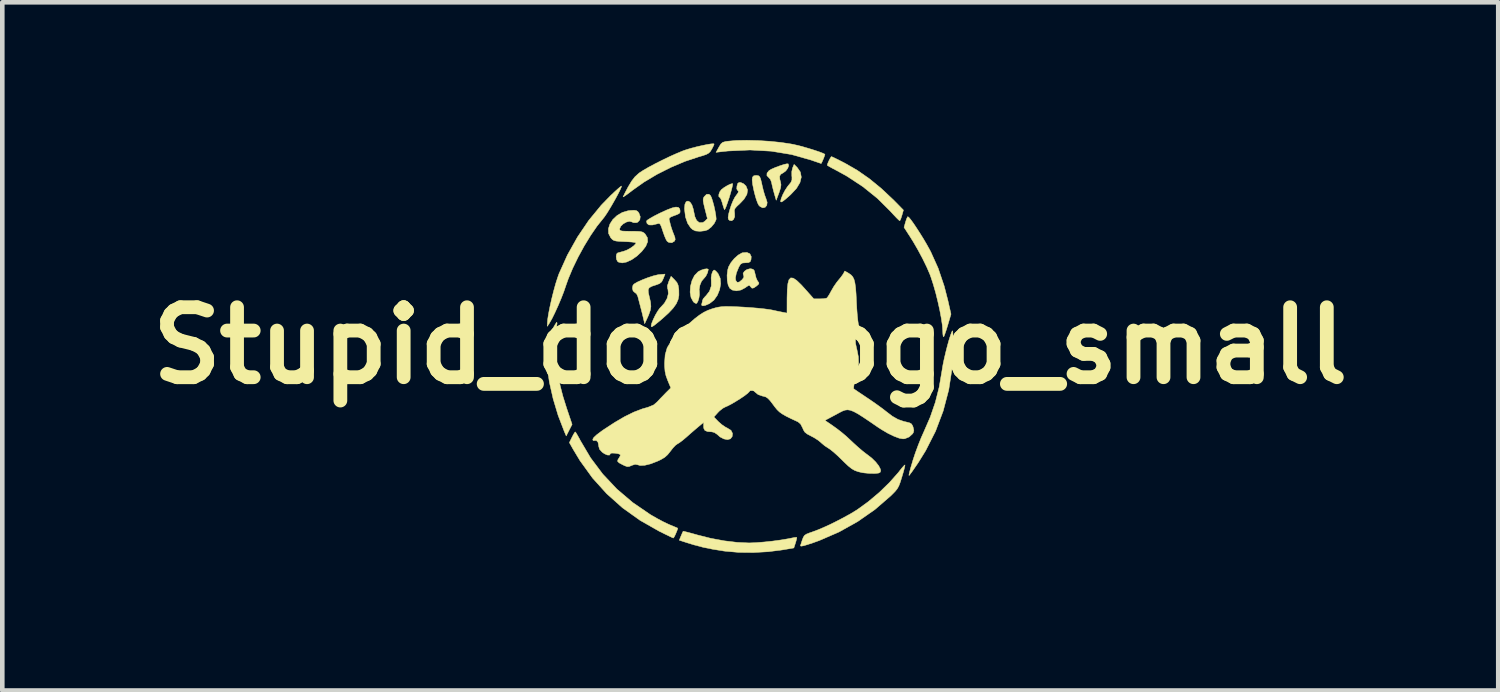
<source format=kicad_pcb>
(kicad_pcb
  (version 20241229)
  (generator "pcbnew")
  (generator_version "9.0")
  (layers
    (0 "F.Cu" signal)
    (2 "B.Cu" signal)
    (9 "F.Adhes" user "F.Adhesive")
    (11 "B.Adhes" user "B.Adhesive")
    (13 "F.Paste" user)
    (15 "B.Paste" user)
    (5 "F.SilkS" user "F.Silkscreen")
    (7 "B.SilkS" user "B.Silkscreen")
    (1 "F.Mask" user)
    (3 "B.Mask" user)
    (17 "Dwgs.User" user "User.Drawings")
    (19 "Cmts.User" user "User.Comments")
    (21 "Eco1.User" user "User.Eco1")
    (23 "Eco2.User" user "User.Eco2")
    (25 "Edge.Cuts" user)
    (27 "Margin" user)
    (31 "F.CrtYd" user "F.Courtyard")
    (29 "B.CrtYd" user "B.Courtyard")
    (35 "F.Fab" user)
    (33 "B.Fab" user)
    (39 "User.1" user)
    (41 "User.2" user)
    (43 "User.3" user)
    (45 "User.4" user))
  (footprint "Stupid_dog_logo_small"
    (layer "F.Cu")
    (at 13.288 4.475)
    (property "Reference" "Stupid_dog_logo_small" (at 0 0 0) (layer "F.SilkS") (effects (font (size 1.524 1.524) (thickness 0.3))))
    (attr through_hole)
    (fp_poly (pts (xy 0.15 -3.703) (xy 0.183 -3.696) (xy 0.206 -3.674) (xy 0.225 -3.63) (xy 0.245 -3.551) (xy 0.258 -3.489) (xy 0.284 -3.38) (xy 0.313 -3.28) (xy 0.339 -3.208) (xy 0.343 -3.199) (xy 0.368 -3.118) (xy 0.359 -3.053) (xy 0.324 -3.011) (xy 0.273 -2.999) (xy 0.214 -3.027) (xy 0.184 -3.058) (xy 0.159 -3.108) (xy 0.128 -3.194) (xy 0.097 -3.303) (xy 0.079 -3.377) (xy 0.051 -3.514) (xy 0.041 -3.609) (xy 0.049 -3.668) (xy 0.078 -3.698) (xy 0.127 -3.705) (xy 0.15 -3.703)) (stroke (width 0.01) (type solid)) (fill yes) (layer "F.SilkS"))
    (fp_poly (pts (xy 1.022 -3.878) (xy 1.091 -3.778) (xy 1.111 -3.668) (xy 1.082 -3.549) (xy 1.005 -3.421) (xy 0.879 -3.287) (xy 0.867 -3.276) (xy 0.774 -3.194) (xy 0.712 -3.145) (xy 0.676 -3.126) (xy 0.661 -3.134) (xy 0.66 -3.142) (xy 0.674 -3.203) (xy 0.709 -3.288) (xy 0.757 -3.379) (xy 0.81 -3.46) (xy 0.833 -3.489) (xy 0.885 -3.553) (xy 0.907 -3.605) (xy 0.908 -3.665) (xy 0.905 -3.692) (xy 0.904 -3.788) (xy 0.922 -3.87) (xy 0.923 -3.871) (xy 0.954 -3.945) (xy 1.022 -3.878)) (stroke (width 0.01) (type solid)) (fill yes) (layer "F.SilkS"))
    (fp_poly (pts (xy -0.384 -3.526) (xy -0.384 -3.5) (xy -0.398 -3.436) (xy -0.423 -3.342) (xy -0.456 -3.23) (xy -0.457 -3.227) (xy -0.494 -3.117) (xy -0.525 -3.03) (xy -0.549 -2.975) (xy -0.562 -2.96) (xy -0.563 -2.96) (xy -0.577 -2.998) (xy -0.598 -3.065) (xy -0.609 -3.105) (xy -0.632 -3.175) (xy -0.654 -3.218) (xy -0.664 -3.226) (xy -0.685 -3.245) (xy -0.684 -3.291) (xy -0.665 -3.346) (xy -0.63 -3.394) (xy -0.629 -3.396) (xy -0.57 -3.441) (xy -0.501 -3.483) (xy -0.435 -3.515) (xy -0.391 -3.527) (xy -0.384 -3.526)) (stroke (width 0.01) (type solid)) (fill yes) (layer "F.SilkS"))
    (fp_poly (pts (xy -0.915 -1.661) (xy -0.914 -1.656) (xy -0.93 -1.587) (xy -0.967 -1.512) (xy -1.012 -1.458) (xy -1.015 -1.456) (xy -1.062 -1.399) (xy -1.097 -1.313) (xy -1.113 -1.222) (xy -1.109 -1.173) (xy -1.107 -1.108) (xy -1.118 -1.034) (xy -1.139 -0.966) (xy -1.164 -0.923) (xy -1.179 -0.915) (xy -1.217 -0.933) (xy -1.241 -0.955) (xy -1.29 -1.046) (xy -1.31 -1.162) (xy -1.302 -1.29) (xy -1.269 -1.416) (xy -1.214 -1.526) (xy -1.138 -1.605) (xy -1.132 -1.61) (xy -1.067 -1.643) (xy -0.999 -1.665) (xy -0.943 -1.672) (xy -0.915 -1.661)) (stroke (width 0.01) (type solid)) (fill yes) (layer "F.SilkS"))
    (fp_poly (pts (xy -0.747 -1.619) (xy -0.704 -1.57) (xy -0.7 -1.565) (xy -0.655 -1.465) (xy -0.645 -1.345) (xy -0.667 -1.218) (xy -0.717 -1.095) (xy -0.791 -0.99) (xy -0.886 -0.916) (xy -0.891 -0.913) (xy -0.979 -0.875) (xy -1.037 -0.865) (xy -1.061 -0.882) (xy -1.057 -0.904) (xy -1.043 -0.961) (xy -1.041 -0.98) (xy -1.024 -1.019) (xy -0.98 -1.07) (xy -0.966 -1.083) (xy -0.888 -1.182) (xy -0.848 -1.299) (xy -0.849 -1.407) (xy -0.852 -1.476) (xy -0.841 -1.549) (xy -0.82 -1.61) (xy -0.793 -1.643) (xy -0.78 -1.644) (xy -0.747 -1.619)) (stroke (width 0.01) (type solid)) (fill yes) (layer "F.SilkS"))
    (fp_poly (pts (xy 0.827 -3.956) (xy 0.836 -3.916) (xy 0.815 -3.859) (xy 0.773 -3.803) (xy 0.718 -3.762) (xy 0.716 -3.761) (xy 0.662 -3.729) (xy 0.639 -3.687) (xy 0.643 -3.622) (xy 0.659 -3.561) (xy 0.669 -3.501) (xy 0.66 -3.433) (xy 0.631 -3.341) (xy 0.624 -3.322) (xy 0.565 -3.165) (xy 0.521 -3.316) (xy 0.495 -3.413) (xy 0.473 -3.504) (xy 0.464 -3.551) (xy 0.44 -3.616) (xy 0.403 -3.66) (xy 0.401 -3.66) (xy 0.362 -3.702) (xy 0.365 -3.755) (xy 0.408 -3.809) (xy 0.457 -3.839) (xy 0.55 -3.88) (xy 0.646 -3.915) (xy 0.732 -3.943) (xy 0.797 -3.958) (xy 0.827 -3.956)) (stroke (width 0.01) (type solid)) (fill yes) (layer "F.SilkS"))
    (fp_poly (pts (xy -1.645 -1.428) (xy -1.597 -1.373) (xy -1.571 -1.314) (xy -1.557 -1.231) (xy -1.555 -1.197) (xy -1.554 -1.094) (xy -1.572 -1.001) (xy -1.612 -0.91) (xy -1.679 -0.816) (xy -1.777 -0.711) (xy -1.91 -0.59) (xy -2.015 -0.502) (xy -2.09 -0.442) (xy -2.134 -0.413) (xy -2.155 -0.411) (xy -2.159 -0.427) (xy -2.146 -0.485) (xy -2.112 -0.569) (xy -2.067 -0.662) (xy -2.016 -0.749) (xy -1.97 -0.814) (xy -1.953 -0.831) (xy -1.869 -0.923) (xy -1.811 -1.026) (xy -1.784 -1.13) (xy -1.792 -1.221) (xy -1.8 -1.24) (xy -1.805 -1.3) (xy -1.774 -1.395) (xy -1.774 -1.395) (xy -1.725 -1.508) (xy -1.645 -1.428)) (stroke (width 0.01) (type solid)) (fill yes) (layer "F.SilkS"))
    (fp_poly (pts (xy 1.795 -4.104) (xy 1.858 -4.074) (xy 1.948 -4.029) (xy 2.055 -3.974) (xy 2.058 -3.973) (xy 2.329 -3.817) (xy 2.592 -3.634) (xy 2.855 -3.419) (xy 3.126 -3.164) (xy 3.223 -3.065) (xy 3.335 -2.95) (xy 3.302 -2.834) (xy 3.28 -2.766) (xy 3.261 -2.724) (xy 3.253 -2.718) (xy 3.231 -2.736) (xy 3.182 -2.784) (xy 3.115 -2.855) (xy 3.047 -2.929) (xy 2.77 -3.204) (xy 2.454 -3.459) (xy 2.107 -3.687) (xy 1.886 -3.809) (xy 1.795 -3.857) (xy 1.724 -3.896) (xy 1.683 -3.922) (xy 1.676 -3.927) (xy 1.686 -3.964) (xy 1.71 -4.019) (xy 1.738 -4.074) (xy 1.761 -4.11) (xy 1.767 -4.115) (xy 1.795 -4.104)) (stroke (width 0.01) (type solid)) (fill yes) (layer "F.SilkS"))
    (fp_poly (pts (xy -4.207 -0.486) (xy -4.214 -0.432) (xy -4.218 -0.413) (xy -4.231 -0.321) (xy -4.239 -0.193) (xy -4.24 -0.039) (xy -4.236 0.127) (xy -4.226 0.291) (xy -4.216 0.394) (xy -4.182 0.647) (xy -4.139 0.877) (xy -4.08 1.105) (xy -4.002 1.354) (xy -3.996 1.373) (xy -3.88 1.717) (xy -3.944 1.842) (xy -4.008 1.968) (xy -4.051 1.867) (xy -4.184 1.521) (xy -4.292 1.162) (xy -4.374 0.801) (xy -4.425 0.452) (xy -4.444 0.127) (xy -4.445 0.116) (xy -4.443 0.016) (xy -4.435 -0.06) (xy -4.415 -0.131) (xy -4.378 -0.214) (xy -4.337 -0.296) (xy -4.289 -0.388) (xy -4.248 -0.46) (xy -4.22 -0.501) (xy -4.213 -0.508) (xy -4.207 -0.486)) (stroke (width 0.01) (type solid)) (fill yes) (layer "F.SilkS"))
    (fp_poly (pts (xy -0.209 -3.551) (xy -0.149 -3.526) (xy -0.094 -3.475) (xy -0.093 -3.474) (xy -0.059 -3.389) (xy -0.073 -3.293) (xy -0.136 -3.188) (xy -0.23 -3.089) (xy -0.298 -3.026) (xy -0.335 -2.981) (xy -0.347 -2.942) (xy -0.343 -2.894) (xy -0.341 -2.884) (xy -0.34 -2.805) (xy -0.364 -2.747) (xy -0.403 -2.718) (xy -0.45 -2.725) (xy -0.476 -2.75) (xy -0.482 -2.79) (xy -0.471 -2.864) (xy -0.446 -2.958) (xy -0.413 -3.059) (xy -0.374 -3.154) (xy -0.335 -3.23) (xy -0.314 -3.259) (xy -0.267 -3.324) (xy -0.257 -3.363) (xy -0.28 -3.383) (xy -0.294 -3.412) (xy -0.29 -3.473) (xy -0.289 -3.475) (xy -0.272 -3.532) (xy -0.242 -3.552) (xy -0.209 -3.551)) (stroke (width 0.01) (type solid)) (fill yes) (layer "F.SilkS"))
    (fp_poly (pts (xy 0.172 -4.464) (xy 0.426 -4.448) (xy 0.67 -4.423) (xy 0.892 -4.389) (xy 1.043 -4.357) (xy 1.164 -4.324) (xy 1.287 -4.288) (xy 1.405 -4.251) (xy 1.506 -4.217) (xy 1.581 -4.188) (xy 1.622 -4.168) (xy 1.626 -4.163) (xy 1.617 -4.132) (xy 1.597 -4.078) (xy 1.572 -4.02) (xy 1.552 -3.976) (xy 1.543 -3.964) (xy 1.518 -3.973) (xy 1.456 -3.994) (xy 1.368 -4.024) (xy 1.324 -4.04) (xy 0.899 -4.16) (xy 0.456 -4.233) (xy -0.005 -4.259) (xy -0.484 -4.237) (xy -0.607 -4.224) (xy -0.745 -4.208) (xy -0.683 -4.32) (xy -0.641 -4.389) (xy -0.6 -4.425) (xy -0.538 -4.443) (xy -0.495 -4.449) (xy -0.302 -4.466) (xy -0.075 -4.47) (xy 0.172 -4.464)) (stroke (width 0.01) (type solid)) (fill yes) (layer "F.SilkS"))
    (fp_poly (pts (xy -1.895 -1.456) (xy -1.929 -1.388) (xy -1.977 -1.349) (xy -2.045 -1.323) (xy -2.144 -1.291) (xy -2.201 -1.259) (xy -2.223 -1.215) (xy -2.218 -1.146) (xy -2.2 -1.069) (xy -2.172 -0.947) (xy -2.164 -0.852) (xy -2.177 -0.767) (xy -2.211 -0.671) (xy -2.231 -0.625) (xy -2.3 -0.476) (xy -2.329 -0.6) (xy -2.353 -0.701) (xy -2.382 -0.814) (xy -2.395 -0.864) (xy -2.419 -0.955) (xy -2.44 -1.036) (xy -2.449 -1.071) (xy -2.477 -1.128) (xy -2.515 -1.156) (xy -2.552 -1.19) (xy -2.566 -1.249) (xy -2.556 -1.308) (xy -2.534 -1.338) (xy -2.46 -1.382) (xy -2.354 -1.43) (xy -2.234 -1.477) (xy -2.116 -1.516) (xy -2.019 -1.54) (xy -1.989 -1.545) (xy -1.856 -1.556) (xy -1.895 -1.456)) (stroke (width 0.01) (type solid)) (fill yes) (layer "F.SilkS"))
    (fp_poly (pts (xy -1.436 4.048) (xy -1.372 4.064) (xy -1.277 4.089) (xy -1.163 4.121) (xy -1.153 4.124) (xy -0.863 4.197) (xy -0.568 4.252) (xy -0.284 4.286) (xy -0.027 4.298) (xy -0.023 4.298) (xy 0.123 4.292) (xy 0.3 4.278) (xy 0.489 4.258) (xy 0.672 4.233) (xy 0.832 4.206) (xy 0.901 4.192) (xy 0.966 4.179) (xy 1.007 4.177) (xy 1.012 4.178) (xy 1.01 4.206) (xy 0.995 4.264) (xy 0.985 4.297) (xy 0.949 4.407) (xy 0.697 4.45) (xy 0.391 4.489) (xy 0.069 4.507) (xy -0.249 4.504) (xy -0.544 4.478) (xy -0.584 4.473) (xy -0.822 4.434) (xy -1.029 4.392) (xy -1.226 4.34) (xy -1.389 4.29) (xy -1.546 4.239) (xy -1.507 4.145) (xy -1.481 4.084) (xy -1.464 4.048) (xy -1.462 4.044) (xy -1.436 4.048)) (stroke (width 0.01) (type solid)) (fill yes) (layer "F.SilkS"))
    (fp_poly (pts (xy 4.409 -0.304) (xy 4.414 -0.245) (xy 4.418 -0.152) (xy 4.419 -0.034) (xy 4.42 0.004) (xy 4.395 0.491) (xy 4.322 0.965) (xy 4.201 1.424) (xy 4.034 1.866) (xy 3.819 2.289) (xy 3.658 2.549) (xy 3.588 2.651) (xy 3.528 2.738) (xy 3.482 2.8) (xy 3.458 2.83) (xy 3.457 2.831) (xy 3.456 2.813) (xy 3.469 2.755) (xy 3.493 2.664) (xy 3.527 2.55) (xy 3.543 2.495) (xy 3.595 2.338) (xy 3.657 2.17) (xy 3.721 2.01) (xy 3.779 1.88) (xy 3.92 1.556) (xy 4.03 1.236) (xy 4.114 0.904) (xy 4.176 0.541) (xy 4.177 0.533) (xy 4.196 0.42) (xy 4.223 0.289) (xy 4.256 0.149) (xy 4.291 0.011) (xy 4.326 -0.115) (xy 4.359 -0.22) (xy 4.386 -0.293) (xy 4.402 -0.322) (xy 4.409 -0.304)) (stroke (width 0.01) (type solid)) (fill yes) (layer "F.SilkS"))
    (fp_poly (pts (xy 3.452 -2.793) (xy 3.495 -2.742) (xy 3.553 -2.662) (xy 3.622 -2.559) (xy 3.697 -2.443) (xy 3.774 -2.319) (xy 3.846 -2.196) (xy 3.91 -2.08) (xy 3.932 -2.038) (xy 4.091 -1.685) (xy 4.223 -1.295) (xy 4.304 -0.98) (xy 4.371 -0.684) (xy 4.302 -0.45) (xy 4.27 -0.346) (xy 4.241 -0.261) (xy 4.22 -0.205) (xy 4.212 -0.192) (xy 4.201 -0.202) (xy 4.194 -0.251) (xy 4.191 -0.323) (xy 4.183 -0.437) (xy 4.161 -0.588) (xy 4.128 -0.764) (xy 4.086 -0.954) (xy 4.039 -1.145) (xy 3.987 -1.327) (xy 3.935 -1.487) (xy 3.911 -1.553) (xy 3.843 -1.71) (xy 3.754 -1.892) (xy 3.653 -2.081) (xy 3.549 -2.261) (xy 3.487 -2.36) (xy 3.349 -2.574) (xy 3.38 -2.685) (xy 3.402 -2.754) (xy 3.423 -2.799) (xy 3.43 -2.807) (xy 3.452 -2.793)) (stroke (width 0.01) (type solid)) (fill yes) (layer "F.SilkS"))
    (fp_poly (pts (xy -3.794 1.901) (xy -3.761 1.957) (xy -3.717 2.036) (xy -3.703 2.064) (xy -3.478 2.445) (xy -3.212 2.799) (xy -2.905 3.125) (xy -2.559 3.419) (xy -2.176 3.681) (xy -2.142 3.701) (xy -2.025 3.768) (xy -1.901 3.834) (xy -1.79 3.887) (xy -1.754 3.903) (xy -1.672 3.937) (xy -1.61 3.963) (xy -1.582 3.975) (xy -1.581 3.975) (xy -1.584 3.999) (xy -1.603 4.05) (xy -1.629 4.111) (xy -1.655 4.164) (xy -1.673 4.19) (xy -1.674 4.191) (xy -1.702 4.18) (xy -1.765 4.15) (xy -1.856 4.106) (xy -1.965 4.052) (xy -1.982 4.044) (xy -2.4 3.806) (xy -2.781 3.534) (xy -3.125 3.227) (xy -3.434 2.885) (xy -3.708 2.506) (xy -3.858 2.257) (xy -3.939 2.113) (xy -3.882 1.997) (xy -3.847 1.93) (xy -3.82 1.888) (xy -3.811 1.88) (xy -3.794 1.901)) (stroke (width 0.01) (type solid)) (fill yes) (layer "F.SilkS"))
    (fp_poly (pts (xy -0.787 -4.389) (xy -0.799 -4.355) (xy -0.829 -4.295) (xy -0.843 -4.27) (xy -0.872 -4.224) (xy -0.906 -4.191) (xy -0.954 -4.164) (xy -1.03 -4.137) (xy -1.136 -4.106) (xy -1.427 -4.009) (xy -1.731 -3.88) (xy -2.034 -3.727) (xy -2.317 -3.558) (xy -2.558 -3.387) (xy -2.644 -3.321) (xy -2.713 -3.271) (xy -2.757 -3.242) (xy -2.769 -3.238) (xy -2.757 -3.265) (xy -2.727 -3.326) (xy -2.683 -3.41) (xy -2.658 -3.457) (xy -2.583 -3.582) (xy -2.511 -3.675) (xy -2.428 -3.75) (xy -2.413 -3.762) (xy -2.33 -3.816) (xy -2.211 -3.885) (xy -2.068 -3.961) (xy -1.911 -4.04) (xy -1.751 -4.117) (xy -1.601 -4.184) (xy -1.471 -4.238) (xy -1.397 -4.264) (xy -1.287 -4.297) (xy -1.169 -4.328) (xy -1.051 -4.355) (xy -0.944 -4.377) (xy -0.858 -4.391) (xy -0.803 -4.395) (xy -0.787 -4.389)) (stroke (width 0.01) (type solid)) (fill yes) (layer "F.SilkS"))
    (fp_poly (pts (xy -2.805 -3.474) (xy -2.81 -3.446) (xy -2.837 -3.385) (xy -2.881 -3.298) (xy -2.936 -3.196) (xy -2.998 -3.087) (xy -3.061 -2.98) (xy -3.12 -2.884) (xy -3.171 -2.809) (xy -3.202 -2.769) (xy -3.337 -2.601) (xy -3.477 -2.397) (xy -3.617 -2.168) (xy -3.749 -1.926) (xy -3.867 -1.683) (xy -3.964 -1.451) (xy -4.016 -1.304) (xy -4.061 -1.172) (xy -4.12 -1.021) (xy -4.186 -0.865) (xy -4.254 -0.716) (xy -4.317 -0.588) (xy -4.371 -0.493) (xy -4.375 -0.486) (xy -4.419 -0.419) (xy -4.419 -0.48) (xy -4.412 -0.57) (xy -4.392 -0.696) (xy -4.362 -0.848) (xy -4.325 -1.014) (xy -4.283 -1.182) (xy -4.239 -1.342) (xy -4.195 -1.48) (xy -4.166 -1.562) (xy -3.982 -1.971) (xy -3.763 -2.362) (xy -3.516 -2.727) (xy -3.244 -3.058) (xy -3.043 -3.264) (xy -2.956 -3.346) (xy -2.882 -3.413) (xy -2.829 -3.458) (xy -2.805 -3.474) (xy -2.805 -3.474)) (stroke (width 0.01) (type solid)) (fill yes) (layer "F.SilkS"))
    (fp_poly (pts (xy -1.566 -3.009) (xy -1.537 -2.978) (xy -1.529 -2.943) (xy -1.529 -2.902) (xy -1.55 -2.874) (xy -1.603 -2.849) (xy -1.651 -2.832) (xy -1.728 -2.802) (xy -1.764 -2.775) (xy -1.767 -2.747) (xy -1.753 -2.692) (xy -1.738 -2.629) (xy -1.717 -2.559) (xy -1.686 -2.471) (xy -1.67 -2.432) (xy -1.641 -2.355) (xy -1.635 -2.307) (xy -1.651 -2.274) (xy -1.651 -2.273) (xy -1.708 -2.239) (xy -1.774 -2.246) (xy -1.81 -2.271) (xy -1.835 -2.312) (xy -1.867 -2.386) (xy -1.9 -2.479) (xy -1.903 -2.489) (xy -1.934 -2.582) (xy -1.957 -2.635) (xy -1.979 -2.657) (xy -2.006 -2.657) (xy -2.015 -2.654) (xy -2.13 -2.626) (xy -2.206 -2.627) (xy -2.248 -2.658) (xy -2.26 -2.711) (xy -2.239 -2.733) (xy -2.18 -2.771) (xy -2.092 -2.821) (xy -1.984 -2.876) (xy -1.968 -2.884) (xy -1.815 -2.954) (xy -1.7 -2.998) (xy -1.619 -3.016) (xy -1.566 -3.009)) (stroke (width 0.01) (type solid)) (fill yes) (layer "F.SilkS"))
    (fp_poly (pts (xy -0.868 -3.269) (xy -0.844 -3.222) (xy -0.818 -3.14) (xy -0.79 -3.038) (xy -0.767 -2.931) (xy -0.75 -2.834) (xy -0.743 -2.763) (xy -0.745 -2.74) (xy -0.783 -2.662) (xy -0.848 -2.583) (xy -0.924 -2.523) (xy -0.932 -2.519) (xy -0.991 -2.5) (xy -1.074 -2.49) (xy -1.105 -2.489) (xy -1.191 -2.496) (xy -1.253 -2.525) (xy -1.295 -2.561) (xy -1.364 -2.663) (xy -1.411 -2.801) (xy -1.431 -2.968) (xy -1.432 -2.981) (xy -1.423 -3.078) (xy -1.396 -3.133) (xy -1.356 -3.147) (xy -1.312 -3.124) (xy -1.271 -3.064) (xy -1.24 -2.969) (xy -1.233 -2.931) (xy -1.206 -2.806) (xy -1.169 -2.726) (xy -1.118 -2.683) (xy -1.098 -2.676) (xy -1.03 -2.68) (xy -0.985 -2.712) (xy -0.933 -2.764) (xy -0.987 -2.975) (xy -1.012 -3.079) (xy -1.025 -3.148) (xy -1.025 -3.192) (xy -1.013 -3.227) (xy -1.002 -3.243) (xy -0.952 -3.293) (xy -0.9 -3.295) (xy -0.868 -3.269)) (stroke (width 0.01) (type solid)) (fill yes) (layer "F.SilkS"))
    (fp_poly (pts (xy 3.369 2.599) (xy 3.366 2.625) (xy 3.351 2.69) (xy 3.325 2.782) (xy 3.302 2.86) (xy 3.266 2.976) (xy 3.235 3.057) (xy 3.199 3.121) (xy 3.151 3.18) (xy 3.081 3.251) (xy 3.054 3.277) (xy 2.714 3.571) (xy 2.338 3.833) (xy 1.933 4.059) (xy 1.507 4.244) (xy 1.38 4.29) (xy 1.25 4.333) (xy 1.163 4.359) (xy 1.112 4.368) (xy 1.093 4.363) (xy 1.092 4.361) (xy 1.1 4.334) (xy 1.119 4.275) (xy 1.132 4.235) (xy 1.156 4.173) (xy 1.183 4.133) (xy 1.227 4.104) (xy 1.3 4.076) (xy 1.342 4.062) (xy 1.479 4.011) (xy 1.646 3.939) (xy 1.827 3.853) (xy 2.009 3.759) (xy 2.179 3.666) (xy 2.322 3.579) (xy 2.331 3.573) (xy 2.571 3.399) (xy 2.81 3.198) (xy 3.031 2.983) (xy 3.222 2.768) (xy 3.257 2.723) (xy 3.31 2.657) (xy 3.35 2.613) (xy 3.369 2.599) (xy 3.369 2.599)) (stroke (width 0.01) (type solid)) (fill yes) (layer "F.SilkS"))
    (fp_poly (pts (xy -0.009 -1.999) (xy 0.021 -1.938) (xy 0.016 -1.871) (xy -0.002 -1.827) (xy -0.037 -1.807) (xy -0.102 -1.803) (xy -0.169 -1.798) (xy -0.21 -1.774) (xy -0.245 -1.717) (xy -0.25 -1.708) (xy -0.303 -1.579) (xy -0.323 -1.474) (xy -0.317 -1.42) (xy -0.287 -1.378) (xy -0.24 -1.383) (xy -0.178 -1.434) (xy -0.141 -1.484) (xy -0.14 -1.52) (xy -0.148 -1.532) (xy -0.156 -1.573) (xy -0.127 -1.617) (xy -0.075 -1.654) (xy -0.011 -1.672) (xy 0.016 -1.672) (xy 0.062 -1.66) (xy 0.088 -1.63) (xy 0.104 -1.565) (xy 0.107 -1.552) (xy 0.127 -1.473) (xy 0.156 -1.409) (xy 0.166 -1.396) (xy 0.189 -1.363) (xy 0.18 -1.336) (xy 0.138 -1.298) (xy 0.077 -1.256) (xy 0.039 -1.249) (xy 0.011 -1.276) (xy 0.004 -1.286) (xy -0.015 -1.309) (xy -0.042 -1.306) (xy -0.092 -1.273) (xy -0.107 -1.261) (xy -0.203 -1.21) (xy -0.302 -1.192) (xy -0.392 -1.209) (xy -0.445 -1.246) (xy -0.481 -1.315) (xy -0.501 -1.416) (xy -0.505 -1.533) (xy -0.491 -1.648) (xy -0.472 -1.714) (xy -0.421 -1.805) (xy -0.347 -1.896) (xy -0.262 -1.971) (xy -0.181 -2.017) (xy -0.168 -2.021) (xy -0.074 -2.028) (xy -0.009 -1.999)) (stroke (width 0.01) (type solid)) (fill yes) (layer "F.SilkS"))
    (fp_poly (pts (xy -2.481 -2.939) (xy -2.449 -2.918) (xy -2.425 -2.886) (xy -2.396 -2.808) (xy -2.405 -2.738) (xy -2.449 -2.688) (xy -2.477 -2.677) (xy -2.541 -2.676) (xy -2.577 -2.692) (xy -2.63 -2.706) (xy -2.699 -2.689) (xy -2.767 -2.65) (xy -2.821 -2.598) (xy -2.845 -2.542) (xy -2.845 -2.538) (xy -2.841 -2.516) (xy -2.823 -2.501) (xy -2.781 -2.493) (xy -2.707 -2.49) (xy -2.595 -2.489) (xy -2.479 -2.488) (xy -2.401 -2.484) (xy -2.351 -2.473) (xy -2.317 -2.455) (xy -2.29 -2.43) (xy -2.24 -2.349) (xy -2.235 -2.261) (xy -2.276 -2.161) (xy -2.363 -2.049) (xy -2.471 -1.947) (xy -2.584 -1.869) (xy -2.693 -1.819) (xy -2.789 -1.8) (xy -2.866 -1.816) (xy -2.891 -1.834) (xy -2.913 -1.88) (xy -2.92 -1.94) (xy -2.91 -1.994) (xy -2.889 -2.017) (xy -2.846 -2.029) (xy -2.777 -2.048) (xy -2.751 -2.055) (xy -2.676 -2.084) (xy -2.6 -2.127) (xy -2.534 -2.175) (xy -2.495 -2.218) (xy -2.489 -2.235) (xy -2.513 -2.245) (xy -2.576 -2.254) (xy -2.668 -2.261) (xy -2.733 -2.264) (xy -2.847 -2.269) (xy -2.921 -2.276) (xy -2.97 -2.289) (xy -3.003 -2.31) (xy -3.034 -2.343) (xy -3.039 -2.349) (xy -3.086 -2.442) (xy -3.089 -2.543) (xy -3.056 -2.647) (xy -2.992 -2.746) (xy -2.9 -2.832) (xy -2.788 -2.898) (xy -2.66 -2.936) (xy -2.616 -2.941) (xy -2.531 -2.946) (xy -2.481 -2.939)) (stroke (width 0.01) (type solid)) (fill yes) (layer "F.SilkS"))
    (fp_poly (pts (xy 2.143 -1.574) (xy 2.192 -1.54) (xy 2.23 -1.499) (xy 2.258 -1.445) (xy 2.278 -1.369) (xy 2.293 -1.265) (xy 2.304 -1.124) (xy 2.312 -0.953) (xy 2.32 -0.803) (xy 2.33 -0.667) (xy 2.342 -0.552) (xy 2.353 -0.472) (xy 2.361 -0.44) (xy 2.377 -0.381) (xy 2.37 -0.327) (xy 2.338 -0.257) (xy 2.305 -0.184) (xy 2.29 -0.12) (xy 2.293 -0.049) (xy 2.312 0.046) (xy 2.324 0.093) (xy 2.353 0.242) (xy 2.359 0.384) (xy 2.339 0.536) (xy 2.298 0.7) (xy 2.271 0.799) (xy 2.255 0.88) (xy 2.25 0.931) (xy 2.253 0.94) (xy 2.281 0.961) (xy 2.342 1.003) (xy 2.429 1.061) (xy 2.533 1.131) (xy 2.553 1.144) (xy 2.672 1.225) (xy 2.788 1.307) (xy 2.889 1.381) (xy 2.959 1.436) (xy 3.094 1.539) (xy 3.218 1.609) (xy 3.346 1.653) (xy 3.391 1.663) (xy 3.469 1.683) (xy 3.512 1.708) (xy 3.537 1.751) (xy 3.546 1.777) (xy 3.562 1.846) (xy 3.551 1.895) (xy 3.534 1.922) (xy 3.459 1.99) (xy 3.366 2.028) (xy 3.327 2.032) (xy 3.243 2.017) (xy 3.129 1.974) (xy 2.997 1.91) (xy 2.856 1.827) (xy 2.773 1.773) (xy 2.596 1.651) (xy 2.454 1.556) (xy 2.342 1.485) (xy 2.253 1.437) (xy 2.181 1.409) (xy 2.12 1.399) (xy 2.064 1.406) (xy 2.007 1.427) (xy 1.942 1.46) (xy 1.911 1.477) (xy 1.822 1.525) (xy 1.741 1.568) (xy 1.695 1.593) (xy 1.625 1.629) (xy 1.759 1.72) (xy 1.879 1.805) (xy 1.984 1.886) (xy 2.09 1.975) (xy 2.21 2.087) (xy 2.248 2.123) (xy 2.343 2.209) (xy 2.441 2.293) (xy 2.527 2.36) (xy 2.552 2.378) (xy 2.647 2.452) (xy 2.732 2.536) (xy 2.797 2.619) (xy 2.834 2.691) (xy 2.84 2.729) (xy 2.828 2.76) (xy 2.797 2.776) (xy 2.733 2.784) (xy 2.692 2.785) (xy 2.586 2.783) (xy 2.479 2.773) (xy 2.438 2.767) (xy 2.348 2.746) (xy 2.274 2.719) (xy 2.207 2.68) (xy 2.133 2.621) (xy 2.042 2.535) (xy 1.994 2.487) (xy 1.903 2.399) (xy 1.815 2.32) (xy 1.741 2.261) (xy 1.702 2.235) (xy 1.622 2.183) (xy 1.547 2.12) (xy 1.543 2.115) (xy 1.48 2.063) (xy 1.393 2.007) (xy 1.325 1.971) (xy 1.24 1.926) (xy 1.188 1.885) (xy 1.156 1.833) (xy 1.141 1.795) (xy 1.096 1.709) (xy 1.041 1.662) (xy 0.892 1.593) (xy 0.781 1.538) (xy 0.699 1.491) (xy 0.636 1.446) (xy 0.584 1.396) (xy 0.534 1.335) (xy 0.501 1.29) (xy 0.435 1.203) (xy 0.385 1.15) (xy 0.341 1.12) (xy 0.29 1.104) (xy 0.27 1.101) (xy 0.171 1.067) (xy 0.083 0.995) (xy 0.083 0.994) (xy 0.033 0.943) (xy 0.009 0.927) (xy 0.001 0.943) (xy 0 0.959) (xy -0.013 0.994) (xy -0.056 1.039) (xy -0.134 1.099) (xy -0.222 1.158) (xy -0.325 1.222) (xy -0.421 1.278) (xy -0.497 1.317) (xy -0.528 1.329) (xy -0.595 1.364) (xy -0.669 1.422) (xy -0.702 1.455) (xy -0.792 1.555) (xy -0.695 1.656) (xy -0.62 1.722) (xy -0.539 1.777) (xy -0.503 1.795) (xy -0.42 1.846) (xy -0.386 1.914) (xy -0.394 1.981) (xy -0.432 2.031) (xy -0.496 2.048) (xy -0.575 2.033) (xy -0.659 1.989) (xy -0.722 1.933) (xy -0.781 1.893) (xy -0.836 1.879) (xy -0.932 1.872) (xy -0.988 1.848) (xy -1.013 1.8) (xy -1.016 1.761) (xy -1.016 1.673) (xy -1.133 1.77) (xy -1.213 1.838) (xy -1.31 1.922) (xy -1.396 1.998) (xy -1.473 2.063) (xy -1.541 2.114) (xy -1.587 2.142) (xy -1.591 2.144) (xy -1.629 2.172) (xy -1.684 2.23) (xy -1.736 2.297) (xy -1.8 2.377) (xy -1.865 2.435) (xy -1.95 2.485) (xy -2.016 2.516) (xy -2.167 2.575) (xy -2.297 2.607) (xy -2.399 2.612) (xy -2.453 2.596) (xy -2.506 2.586) (xy -2.58 2.609) (xy -2.583 2.611) (xy -2.636 2.633) (xy -2.68 2.636) (xy -2.734 2.617) (xy -2.781 2.594) (xy -2.854 2.555) (xy -2.887 2.525) (xy -2.886 2.493) (xy -2.857 2.445) (xy -2.855 2.442) (xy -2.829 2.398) (xy -2.834 2.371) (xy -2.877 2.355) (xy -2.944 2.344) (xy -3.019 2.341) (xy -3.048 2.356) (xy -3.048 2.359) (xy -3.066 2.385) (xy -3.113 2.383) (xy -3.175 2.356) (xy -3.224 2.322) (xy -3.282 2.258) (xy -3.302 2.186) (xy -3.302 2.172) (xy -3.316 2.105) (xy -3.352 2.067) (xy -3.4 2.068) (xy -3.406 2.072) (xy -3.425 2.063) (xy -3.429 2.04) (xy -3.407 2.002) (xy -3.344 1.943) (xy -3.243 1.867) (xy -3.207 1.841) (xy -2.958 1.678) (xy -2.736 1.548) (xy -2.535 1.449) (xy -2.349 1.378) (xy -2.228 1.344) (xy -2.104 1.293) (xy -2.025 1.225) (xy -1.958 1.153) (xy -1.878 1.071) (xy -1.837 1.028) (xy -1.73 0.922) (xy -1.798 0.759) (xy -1.835 0.658) (xy -1.856 0.563) (xy -1.865 0.452) (xy -1.866 0.381) (xy -1.853 0.2) (xy -1.81 0.05) (xy -1.73 -0.084) (xy -1.635 -0.19) (xy -1.468 -0.352) (xy -1.328 -0.482) (xy -1.211 -0.584) (xy -1.109 -0.662) (xy -1.016 -0.722) (xy -0.926 -0.766) (xy -0.833 -0.8) (xy -0.75 -0.824) (xy -0.686 -0.838) (xy -0.618 -0.847) (xy -0.536 -0.851) (xy -0.431 -0.85) (xy -0.292 -0.845) (xy -0.155 -0.838) (xy 0.006 -0.827) (xy 0.164 -0.814) (xy 0.306 -0.799) (xy 0.418 -0.784) (xy 0.47 -0.775) (xy 0.571 -0.753) (xy 0.663 -0.734) (xy 0.724 -0.722) (xy 0.8 -0.707) (xy 0.801 -1.033) (xy 0.806 -1.215) (xy 0.819 -1.348) (xy 0.843 -1.434) (xy 0.882 -1.474) (xy 0.936 -1.468) (xy 1.01 -1.419) (xy 1.105 -1.328) (xy 1.181 -1.245) (xy 1.384 -1.017) (xy 1.511 -1.017) (xy 1.591 -1.02) (xy 1.65 -1.029) (xy 1.667 -1.035) (xy 1.693 -1.067) (xy 1.731 -1.129) (xy 1.763 -1.188) (xy 1.818 -1.283) (xy 1.882 -1.376) (xy 1.915 -1.417) (xy 1.971 -1.485) (xy 2.016 -1.547) (xy 2.029 -1.567) (xy 2.058 -1.623) (xy 2.143 -1.574)) (stroke (width 0.01) (type solid)) (fill yes) (layer "F.SilkS")))
  (gr_rect
    (start -3 -3)
    (end 29.576 11.987)
    (stroke (width 0.1) (type default))
    (fill no)
    (layer "Edge.Cuts")))
</source>
